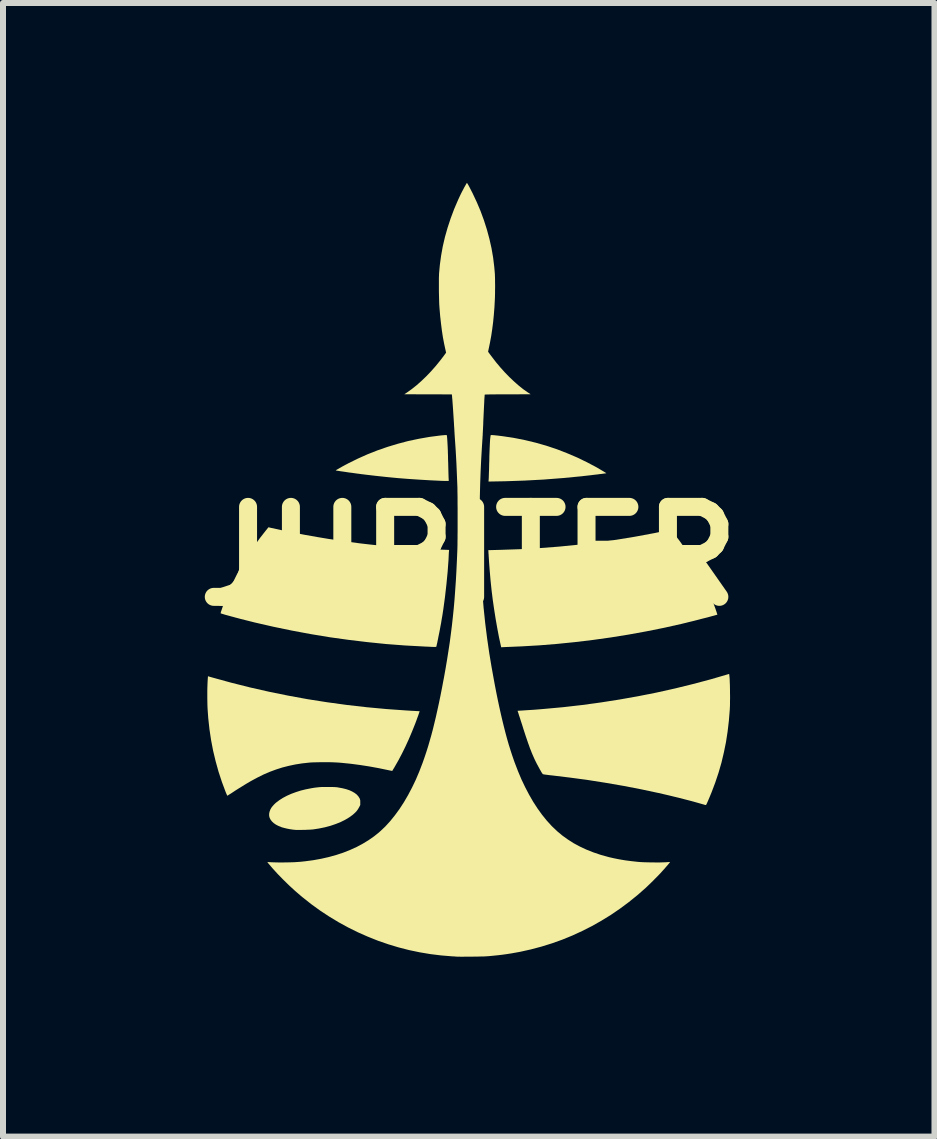
<source format=kicad_pcb>
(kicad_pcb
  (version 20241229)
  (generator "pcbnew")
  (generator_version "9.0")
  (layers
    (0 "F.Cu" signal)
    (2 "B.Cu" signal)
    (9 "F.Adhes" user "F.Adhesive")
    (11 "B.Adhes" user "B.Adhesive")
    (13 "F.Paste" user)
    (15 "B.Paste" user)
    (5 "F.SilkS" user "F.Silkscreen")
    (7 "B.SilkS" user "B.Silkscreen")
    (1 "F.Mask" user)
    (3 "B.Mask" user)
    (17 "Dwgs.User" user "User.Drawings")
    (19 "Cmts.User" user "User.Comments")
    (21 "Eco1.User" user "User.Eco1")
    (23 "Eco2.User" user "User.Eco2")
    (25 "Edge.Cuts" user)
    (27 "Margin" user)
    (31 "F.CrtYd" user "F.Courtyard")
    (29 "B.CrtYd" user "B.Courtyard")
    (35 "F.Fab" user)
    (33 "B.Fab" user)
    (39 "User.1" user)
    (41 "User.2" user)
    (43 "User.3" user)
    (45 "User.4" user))
  (footprint "JUPITER"
    (layer "F.Cu")
    (at 4.764 6.222)
    (property "Reference" "JUPITER" (at 0 0 0) (layer "F.SilkS") (effects (font (size 1.5 1.5) (thickness 0.3))))
    (attr board_only exclude_from_pos_files exclude_from_bom)
    (fp_poly (pts (xy 0.388 -2.019) (xy 0.406 -2.018) (xy 0.429 -2.016) (xy 0.456 -2.013) (xy 0.486 -2.01) (xy 0.517 -2.006) (xy 0.549 -2.002) (xy 0.58 -1.998) (xy 0.762 -1.97) (xy 0.942 -1.934) (xy 1.12 -1.891) (xy 1.295 -1.841) (xy 1.469 -1.783) (xy 1.639 -1.717) (xy 1.808 -1.645) (xy 1.973 -1.565) (xy 2.135 -1.479) (xy 2.223 -1.427) (xy 2.244 -1.415) (xy 2.263 -1.403) (xy 2.278 -1.394) (xy 2.289 -1.387) (xy 2.294 -1.383) (xy 2.295 -1.383) (xy 2.291 -1.382) (xy 2.28 -1.38) (xy 2.262 -1.378) (xy 2.24 -1.375) (xy 2.213 -1.371) (xy 2.182 -1.368) (xy 2.149 -1.363) (xy 2.113 -1.359) (xy 2.077 -1.355) (xy 2.04 -1.35) (xy 2.003 -1.346) (xy 1.968 -1.342) (xy 1.934 -1.338) (xy 1.904 -1.335) (xy 1.892 -1.333) (xy 1.568 -1.302) (xy 1.247 -1.277) (xy 0.928 -1.26) (xy 0.61 -1.249) (xy 0.499 -1.247) (xy 0.33 -1.244) (xy 0.332 -1.271) (xy 0.333 -1.282) (xy 0.334 -1.301) (xy 0.335 -1.326) (xy 0.336 -1.358) (xy 0.337 -1.395) (xy 0.339 -1.437) (xy 0.34 -1.484) (xy 0.341 -1.535) (xy 0.343 -1.59) (xy 0.344 -1.647) (xy 0.344 -1.664) (xy 0.346 -1.718) (xy 0.348 -1.77) (xy 0.35 -1.817) (xy 0.352 -1.862) (xy 0.354 -1.901) (xy 0.356 -1.936) (xy 0.359 -1.965) (xy 0.362 -1.989) (xy 0.364 -2.006) (xy 0.367 -2.016) (xy 0.369 -2.019) (xy 0.375 -2.019)) (stroke (width 0) (type solid)) (fill yes) (layer "F.SilkS"))
    (fp_poly (pts (xy -0.372 -2.019) (xy -0.368 -2.018) (xy -0.366 -2.017) (xy -0.364 -2.01) (xy -0.362 -1.996) (xy -0.36 -1.976) (xy -0.358 -1.95) (xy -0.356 -1.919) (xy -0.354 -1.884) (xy -0.352 -1.846) (xy -0.35 -1.804) (xy -0.348 -1.76) (xy -0.347 -1.715) (xy -0.345 -1.669) (xy -0.345 -1.641) (xy -0.344 -1.597) (xy -0.342 -1.552) (xy -0.341 -1.509) (xy -0.34 -1.467) (xy -0.339 -1.426) (xy -0.338 -1.389) (xy -0.337 -1.355) (xy -0.336 -1.325) (xy -0.335 -1.3) (xy -0.334 -1.281) (xy -0.333 -1.268) (xy -0.333 -1.262) (xy -0.332 -1.258) (xy -0.333 -1.256) (xy -0.337 -1.255) (xy -0.344 -1.254) (xy -0.357 -1.254) (xy -0.376 -1.254) (xy -0.38 -1.254) (xy -0.402 -1.254) (xy -0.425 -1.255) (xy -0.444 -1.255) (xy -0.457 -1.256) (xy -0.647 -1.265) (xy -0.831 -1.276) (xy -1.01 -1.288) (xy -1.187 -1.302) (xy -1.363 -1.319) (xy -1.541 -1.338) (xy -1.721 -1.359) (xy -1.75 -1.363) (xy -1.787 -1.367) (xy -1.828 -1.373) (xy -1.869 -1.378) (xy -1.911 -1.384) (xy -1.953 -1.39) (xy -1.995 -1.395) (xy -2.035 -1.401) (xy -2.073 -1.407) (xy -2.108 -1.412) (xy -2.139 -1.416) (xy -2.166 -1.421) (xy -2.188 -1.424) (xy -2.205 -1.427) (xy -2.215 -1.429) (xy -2.217 -1.43) (xy -2.215 -1.432) (xy -2.206 -1.438) (xy -2.192 -1.446) (xy -2.174 -1.456) (xy -2.152 -1.469) (xy -2.128 -1.482) (xy -2.103 -1.497) (xy -2.076 -1.511) (xy -2.049 -1.526) (xy -2.023 -1.539) (xy -2.013 -1.545) (xy -1.853 -1.624) (xy -1.69 -1.697) (xy -1.523 -1.763) (xy -1.353 -1.822) (xy -1.181 -1.874) (xy -1.007 -1.92) (xy -0.831 -1.957) (xy -0.655 -1.988) (xy -0.478 -2.011) (xy -0.439 -2.015) (xy -0.413 -2.017) (xy -0.394 -2.019) (xy -0.38 -2.019)) (stroke (width 0) (type solid)) (fill yes) (layer "F.SilkS"))
    (fp_poly (pts (xy -2.347 3.848) (xy -2.311 3.848) (xy -2.282 3.848) (xy -2.257 3.849) (xy -2.237 3.849) (xy -2.219 3.851) (xy -2.203 3.852) (xy -2.186 3.854) (xy -2.172 3.857) (xy -2.105 3.869) (xy -2.044 3.884) (xy -1.99 3.902) (xy -1.942 3.924) (xy -1.901 3.948) (xy -1.867 3.974) (xy -1.84 4.004) (xy -1.821 4.034) (xy -1.815 4.047) (xy -1.812 4.057) (xy -1.809 4.067) (xy -1.808 4.079) (xy -1.808 4.095) (xy -1.808 4.105) (xy -1.808 4.148) (xy -1.826 4.184) (xy -1.847 4.22) (xy -1.872 4.254) (xy -1.904 4.286) (xy -1.941 4.318) (xy -1.986 4.35) (xy -1.988 4.352) (xy -2.058 4.394) (xy -2.134 4.432) (xy -2.216 4.465) (xy -2.304 4.495) (xy -2.397 4.52) (xy -2.495 4.54) (xy -2.598 4.556) (xy -2.6 4.556) (xy -2.616 4.557) (xy -2.638 4.559) (xy -2.665 4.56) (xy -2.695 4.561) (xy -2.728 4.563) (xy -2.761 4.563) (xy -2.793 4.564) (xy -2.823 4.564) (xy -2.85 4.564) (xy -2.873 4.564) (xy -2.889 4.563) (xy -2.892 4.563) (xy -2.938 4.558) (xy -2.985 4.551) (xy -3.03 4.542) (xy -3.072 4.532) (xy -3.109 4.522) (xy -3.121 4.518) (xy -3.171 4.498) (xy -3.215 4.475) (xy -3.251 4.45) (xy -3.281 4.422) (xy -3.303 4.393) (xy -3.319 4.362) (xy -3.327 4.329) (xy -3.327 4.294) (xy -3.32 4.259) (xy -3.306 4.222) (xy -3.304 4.219) (xy -3.29 4.194) (xy -3.27 4.168) (xy -3.246 4.141) (xy -3.22 4.116) (xy -3.209 4.107) (xy -3.156 4.067) (xy -3.096 4.029) (xy -3.03 3.994) (xy -2.958 3.962) (xy -2.882 3.934) (xy -2.801 3.908) (xy -2.716 3.887) (xy -2.629 3.87) (xy -2.612 3.867) (xy -2.576 3.861) (xy -2.545 3.857) (xy -2.517 3.854) (xy -2.491 3.851) (xy -2.463 3.849) (xy -2.434 3.848) (xy -2.401 3.848) (xy -2.363 3.848)) (stroke (width 0) (type solid)) (fill yes) (layer "F.SilkS"))
    (fp_poly (pts (xy 3.372 -0.437) (xy 3.38 -0.429) (xy 3.391 -0.416) (xy 3.404 -0.401) (xy 3.418 -0.383) (xy 3.419 -0.382) (xy 3.525 -0.242) (xy 3.626 -0.097) (xy 3.721 0.052) (xy 3.811 0.206) (xy 3.894 0.363) (xy 3.97 0.522) (xy 4.04 0.683) (xy 4.081 0.788) (xy 4.091 0.816) (xy 4.102 0.845) (xy 4.112 0.873) (xy 4.121 0.899) (xy 4.129 0.923) (xy 4.136 0.944) (xy 4.141 0.96) (xy 4.144 0.97) (xy 4.145 0.975) (xy 4.145 0.975) (xy 4.14 0.977) (xy 4.128 0.98) (xy 4.11 0.985) (xy 4.087 0.992) (xy 4.059 0.999) (xy 4.026 1.008) (xy 3.99 1.018) (xy 3.951 1.028) (xy 3.91 1.038) (xy 3.867 1.049) (xy 3.823 1.061) (xy 3.779 1.072) (xy 3.736 1.083) (xy 3.694 1.093) (xy 3.653 1.103) (xy 3.615 1.113) (xy 3.58 1.121) (xy 3.549 1.129) (xy 3.548 1.129) (xy 3.258 1.194) (xy 2.964 1.253) (xy 2.667 1.307) (xy 2.369 1.355) (xy 2.069 1.397) (xy 1.769 1.433) (xy 1.47 1.463) (xy 1.173 1.487) (xy 0.878 1.504) (xy 0.689 1.512) (xy 0.663 1.513) (xy 0.636 1.514) (xy 0.611 1.515) (xy 0.59 1.516) (xy 0.583 1.516) (xy 0.542 1.519) (xy 0.535 1.49) (xy 0.504 1.348) (xy 0.476 1.2) (xy 0.449 1.046) (xy 0.424 0.888) (xy 0.401 0.728) (xy 0.381 0.566) (xy 0.364 0.403) (xy 0.35 0.241) (xy 0.338 0.081) (xy 0.337 0.058) (xy 0.335 0.029) (xy 0.333 0.001) (xy 0.332 -0.024) (xy 0.33 -0.046) (xy 0.329 -0.063) (xy 0.329 -0.07) (xy 0.327 -0.1) (xy 0.518 -0.105) (xy 0.85 -0.116) (xy 1.178 -0.134) (xy 1.503 -0.159) (xy 1.826 -0.191) (xy 2.146 -0.229) (xy 2.464 -0.274) (xy 2.781 -0.326) (xy 3.098 -0.385) (xy 3.253 -0.417) (xy 3.282 -0.423) (xy 3.308 -0.428) (xy 3.33 -0.433) (xy 3.349 -0.436) (xy 3.362 -0.439) (xy 3.368 -0.44) (xy 3.368 -0.44)) (stroke (width 0) (type solid)) (fill yes) (layer "F.SilkS"))
    (fp_poly (pts (xy -3.307 -0.474) (xy -3.119 -0.433) (xy -2.926 -0.393) (xy -2.729 -0.355) (xy -2.531 -0.32) (xy -2.333 -0.287) (xy -2.138 -0.257) (xy -1.985 -0.236) (xy -1.809 -0.213) (xy -1.635 -0.193) (xy -1.462 -0.175) (xy -1.288 -0.158) (xy -1.113 -0.144) (xy -0.935 -0.132) (xy -0.753 -0.122) (xy -0.566 -0.113) (xy -0.404 -0.107) (xy -0.327 -0.104) (xy -0.329 -0.088) (xy -0.329 -0.078) (xy -0.331 -0.062) (xy -0.332 -0.043) (xy -0.333 -0.022) (xy -0.333 -0.019) (xy -0.337 0.067) (xy -0.344 0.16) (xy -0.351 0.258) (xy -0.361 0.36) (xy -0.371 0.464) (xy -0.383 0.57) (xy -0.395 0.676) (xy -0.409 0.78) (xy -0.423 0.883) (xy -0.438 0.981) (xy -0.454 1.074) (xy -0.456 1.086) (xy -0.461 1.118) (xy -0.468 1.153) (xy -0.475 1.191) (xy -0.482 1.231) (xy -0.49 1.271) (xy -0.498 1.31) (xy -0.506 1.349) (xy -0.513 1.386) (xy -0.52 1.419) (xy -0.526 1.449) (xy -0.532 1.474) (xy -0.536 1.493) (xy -0.539 1.506) (xy -0.54 1.507) (xy -0.541 1.51) (xy -0.546 1.512) (xy -0.554 1.513) (xy -0.568 1.513) (xy -0.577 1.513) (xy -0.596 1.513) (xy -0.614 1.512) (xy -0.629 1.512) (xy -0.632 1.511) (xy -0.642 1.511) (xy -0.658 1.51) (xy -0.679 1.509) (xy -0.703 1.508) (xy -0.73 1.507) (xy -0.745 1.506) (xy -1.059 1.489) (xy -1.374 1.465) (xy -1.689 1.433) (xy -2.005 1.395) (xy -2.321 1.351) (xy -2.635 1.299) (xy -2.946 1.241) (xy -3.255 1.177) (xy -3.561 1.107) (xy -3.808 1.045) (xy -3.848 1.034) (xy -3.887 1.024) (xy -3.926 1.013) (xy -3.964 1.003) (xy -4 0.993) (xy -4.033 0.984) (xy -4.063 0.976) (xy -4.088 0.968) (xy -4.109 0.962) (xy -4.124 0.957) (xy -4.133 0.954) (xy -4.135 0.954) (xy -4.135 0.949) (xy -4.133 0.937) (xy -4.128 0.92) (xy -4.12 0.898) (xy -4.111 0.871) (xy -4.101 0.841) (xy -4.089 0.808) (xy -4.076 0.773) (xy -4.062 0.737) (xy -4.047 0.7) (xy -4.032 0.664) (xy -4.023 0.642) (xy -3.95 0.476) (xy -3.869 0.313) (xy -3.781 0.153) (xy -3.687 -0.003) (xy -3.586 -0.156) (xy -3.479 -0.304) (xy -3.382 -0.428) (xy -3.338 -0.482)) (stroke (width 0) (type solid)) (fill yes) (layer "F.SilkS"))
    (fp_poly (pts (xy -4.274 2.023) (xy -3.961 2.109) (xy -3.647 2.188) (xy -3.33 2.26) (xy -3.01 2.325) (xy -2.688 2.384) (xy -2.363 2.435) (xy -2.035 2.48) (xy -1.703 2.518) (xy -1.369 2.549) (xy -1.03 2.573) (xy -0.93 2.579) (xy -0.902 2.58) (xy -0.876 2.582) (xy -0.854 2.583) (xy -0.836 2.584) (xy -0.824 2.585) (xy -0.819 2.586) (xy -0.818 2.586) (xy -0.819 2.59) (xy -0.823 2.6) (xy -0.828 2.616) (xy -0.835 2.636) (xy -0.843 2.66) (xy -0.853 2.686) (xy -0.863 2.714) (xy -0.873 2.742) (xy -0.884 2.771) (xy -0.894 2.798) (xy -0.895 2.8) (xy -0.946 2.927) (xy -0.999 3.052) (xy -1.055 3.174) (xy -1.112 3.29) (xy -1.171 3.402) (xy -1.231 3.507) (xy -1.244 3.53) (xy -1.255 3.547) (xy -1.264 3.562) (xy -1.27 3.573) (xy -1.274 3.579) (xy -1.275 3.58) (xy -1.279 3.579) (xy -1.289 3.578) (xy -1.304 3.575) (xy -1.323 3.571) (xy -1.337 3.568) (xy -1.501 3.534) (xy -1.66 3.505) (xy -1.815 3.481) (xy -1.966 3.461) (xy -2.115 3.446) (xy -2.16 3.442) (xy -2.194 3.44) (xy -2.233 3.438) (xy -2.277 3.436) (xy -2.324 3.435) (xy -2.373 3.435) (xy -2.423 3.435) (xy -2.472 3.435) (xy -2.519 3.436) (xy -2.564 3.437) (xy -2.604 3.438) (xy -2.639 3.44) (xy -2.662 3.442) (xy -2.78 3.455) (xy -2.893 3.473) (xy -3.001 3.496) (xy -3.107 3.523) (xy -3.21 3.556) (xy -3.313 3.594) (xy -3.416 3.638) (xy -3.519 3.689) (xy -3.625 3.746) (xy -3.651 3.761) (xy -3.692 3.785) (xy -3.735 3.811) (xy -3.78 3.839) (xy -3.829 3.869) (xy -3.883 3.903) (xy -3.93 3.934) (xy -3.954 3.95) (xy -3.976 3.964) (xy -3.994 3.975) (xy -4.009 3.985) (xy -4.019 3.991) (xy -4.024 3.993) (xy -4.024 3.993) (xy -4.027 3.99) (xy -4.031 3.98) (xy -4.038 3.966) (xy -4.045 3.948) (xy -4.052 3.932) (xy -4.115 3.763) (xy -4.171 3.592) (xy -4.219 3.419) (xy -4.261 3.244) (xy -4.295 3.066) (xy -4.322 2.886) (xy -4.342 2.703) (xy -4.351 2.58) (xy -4.354 2.533) (xy -4.356 2.48) (xy -4.357 2.424) (xy -4.358 2.366) (xy -4.358 2.307) (xy -4.358 2.248) (xy -4.357 2.192) (xy -4.355 2.138) (xy -4.353 2.089) (xy -4.35 2.046) (xy -4.349 2.029) (xy -4.347 2.002)) (stroke (width 0) (type solid)) (fill yes) (layer "F.SilkS"))
    (fp_poly (pts (xy 4.344 1.979) (xy 4.346 1.999) (xy 4.349 2.026) (xy 4.351 2.058) (xy 4.352 2.096) (xy 4.354 2.138) (xy 4.355 2.182) (xy 4.356 2.229) (xy 4.356 2.278) (xy 4.357 2.326) (xy 4.357 2.374) (xy 4.356 2.421) (xy 4.356 2.465) (xy 4.355 2.505) (xy 4.353 2.541) (xy 4.352 2.563) (xy 4.337 2.746) (xy 4.316 2.925) (xy 4.289 3.1) (xy 4.254 3.272) (xy 4.214 3.441) (xy 4.166 3.607) (xy 4.111 3.772) (xy 4.05 3.934) (xy 4.014 4.021) (xy 4 4.054) (xy 3.988 4.082) (xy 3.979 4.103) (xy 3.971 4.12) (xy 3.966 4.132) (xy 3.961 4.14) (xy 3.958 4.145) (xy 3.955 4.148) (xy 3.952 4.149) (xy 3.951 4.149) (xy 3.945 4.148) (xy 3.933 4.145) (xy 3.917 4.14) (xy 3.898 4.135) (xy 3.892 4.133) (xy 3.825 4.114) (xy 3.751 4.093) (xy 3.672 4.072) (xy 3.59 4.051) (xy 3.505 4.029) (xy 3.418 4.008) (xy 3.332 3.987) (xy 3.246 3.967) (xy 3.164 3.948) (xy 3.158 3.947) (xy 2.876 3.887) (xy 2.587 3.831) (xy 2.293 3.78) (xy 1.995 3.733) (xy 1.692 3.692) (xy 1.387 3.655) (xy 1.366 3.653) (xy 1.333 3.649) (xy 1.303 3.645) (xy 1.277 3.642) (xy 1.257 3.639) (xy 1.243 3.636) (xy 1.236 3.634) (xy 1.235 3.634) (xy 1.23 3.627) (xy 1.221 3.614) (xy 1.21 3.597) (xy 1.198 3.575) (xy 1.184 3.551) (xy 1.17 3.525) (xy 1.156 3.499) (xy 1.142 3.473) (xy 1.129 3.449) (xy 1.129 3.448) (xy 1.112 3.414) (xy 1.096 3.381) (xy 1.081 3.347) (xy 1.066 3.313) (xy 1.051 3.278) (xy 1.037 3.241) (xy 1.021 3.202) (xy 1.006 3.159) (xy 0.989 3.113) (xy 0.972 3.062) (xy 0.953 3.007) (xy 0.933 2.946) (xy 0.911 2.878) (xy 0.888 2.804) (xy 0.886 2.798) (xy 0.874 2.762) (xy 0.863 2.727) (xy 0.853 2.695) (xy 0.843 2.666) (xy 0.835 2.641) (xy 0.829 2.621) (xy 0.824 2.607) (xy 0.822 2.599) (xy 0.814 2.578) (xy 0.863 2.575) (xy 0.897 2.573) (xy 0.938 2.57) (xy 0.983 2.567) (xy 1.031 2.564) (xy 1.081 2.561) (xy 1.132 2.557) (xy 1.182 2.553) (xy 1.229 2.549) (xy 1.253 2.547) (xy 1.57 2.518) (xy 1.886 2.482) (xy 2.201 2.439) (xy 2.514 2.39) (xy 2.824 2.335) (xy 3.132 2.274) (xy 3.437 2.206) (xy 3.738 2.132) (xy 4.035 2.053) (xy 4.285 1.98) (xy 4.342 1.963)) (stroke (width 0) (type solid)) (fill yes) (layer "F.SilkS"))
    (fp_poly (pts (xy -0.028 -6.22) (xy -0.022 -6.213) (xy -0.014 -6.2) (xy -0.003 -6.181) (xy 0.011 -6.155) (xy 0.027 -6.124) (xy 0.047 -6.085) (xy 0.064 -6.052) (xy 0.134 -5.903) (xy 0.198 -5.752) (xy 0.254 -5.599) (xy 0.303 -5.445) (xy 0.345 -5.29) (xy 0.38 -5.134) (xy 0.407 -4.978) (xy 0.426 -4.822) (xy 0.436 -4.708) (xy 0.437 -4.681) (xy 0.438 -4.649) (xy 0.439 -4.61) (xy 0.439 -4.569) (xy 0.44 -4.524) (xy 0.44 -4.478) (xy 0.439 -4.432) (xy 0.439 -4.387) (xy 0.438 -4.344) (xy 0.437 -4.305) (xy 0.436 -4.285) (xy 0.429 -4.151) (xy 0.419 -4.024) (xy 0.407 -3.902) (xy 0.392 -3.784) (xy 0.375 -3.67) (xy 0.354 -3.557) (xy 0.338 -3.48) (xy 0.323 -3.409) (xy 0.331 -3.397) (xy 0.336 -3.39) (xy 0.345 -3.378) (xy 0.357 -3.362) (xy 0.371 -3.343) (xy 0.386 -3.324) (xy 0.387 -3.322) (xy 0.457 -3.231) (xy 0.53 -3.144) (xy 0.604 -3.062) (xy 0.68 -2.984) (xy 0.756 -2.912) (xy 0.832 -2.845) (xy 0.907 -2.785) (xy 0.982 -2.732) (xy 0.99 -2.727) (xy 1.032 -2.699) (xy 0.65 -2.698) (xy 0.585 -2.698) (xy 0.526 -2.698) (xy 0.475 -2.698) (xy 0.431 -2.697) (xy 0.392 -2.697) (xy 0.36 -2.697) (xy 0.333 -2.696) (xy 0.311 -2.696) (xy 0.294 -2.695) (xy 0.282 -2.695) (xy 0.273 -2.694) (xy 0.268 -2.693) (xy 0.267 -2.692) (xy 0.266 -2.687) (xy 0.265 -2.675) (xy 0.264 -2.656) (xy 0.262 -2.632) (xy 0.26 -2.603) (xy 0.259 -2.57) (xy 0.257 -2.533) (xy 0.255 -2.494) (xy 0.253 -2.453) (xy 0.251 -2.411) (xy 0.249 -2.368) (xy 0.247 -2.325) (xy 0.245 -2.284) (xy 0.243 -2.244) (xy 0.243 -2.24) (xy 0.242 -2.201) (xy 0.24 -2.161) (xy 0.238 -2.12) (xy 0.236 -2.081) (xy 0.234 -2.045) (xy 0.233 -2.014) (xy 0.231 -1.993) (xy 0.23 -1.963) (xy 0.227 -1.929) (xy 0.225 -1.89) (xy 0.222 -1.851) (xy 0.22 -1.813) (xy 0.218 -1.783) (xy 0.207 -1.593) (xy 0.198 -1.399) (xy 0.191 -1.202) (xy 0.186 -1.003) (xy 0.183 -0.804) (xy 0.182 -0.605) (xy 0.183 -0.41) (xy 0.187 -0.218) (xy 0.192 -0.032) (xy 0.195 0.041) (xy 0.208 0.319) (xy 0.226 0.591) (xy 0.248 0.857) (xy 0.275 1.117) (xy 0.307 1.371) (xy 0.343 1.619) (xy 0.38 1.842) (xy 0.407 1.992) (xy 0.433 2.134) (xy 0.459 2.269) (xy 0.485 2.397) (xy 0.511 2.519) (xy 0.537 2.636) (xy 0.563 2.747) (xy 0.589 2.852) (xy 0.615 2.954) (xy 0.641 3.05) (xy 0.668 3.143) (xy 0.696 3.233) (xy 0.724 3.319) (xy 0.753 3.403) (xy 0.765 3.437) (xy 0.821 3.583) (xy 0.879 3.721) (xy 0.942 3.853) (xy 1.007 3.977) (xy 1.075 4.095) (xy 1.147 4.206) (xy 1.222 4.31) (xy 1.3 4.407) (xy 1.382 4.497) (xy 1.393 4.508) (xy 1.474 4.585) (xy 1.56 4.657) (xy 1.652 4.723) (xy 1.749 4.785) (xy 1.853 4.841) (xy 1.962 4.892) (xy 2.078 4.938) (xy 2.199 4.979) (xy 2.325 5.014) (xy 2.335 5.017) (xy 2.423 5.037) (xy 2.514 5.055) (xy 2.609 5.071) (xy 2.709 5.084) (xy 2.816 5.096) (xy 2.851 5.099) (xy 2.874 5.1) (xy 2.903 5.102) (xy 2.937 5.103) (xy 2.976 5.104) (xy 3.017 5.105) (xy 3.06 5.105) (xy 3.103 5.106) (xy 3.145 5.106) (xy 3.185 5.106) (xy 3.221 5.105) (xy 3.253 5.104) (xy 3.279 5.103) (xy 3.287 5.103) (xy 3.309 5.101) (xy 3.329 5.1) (xy 3.344 5.1) (xy 3.354 5.099) (xy 3.357 5.1) (xy 3.355 5.103) (xy 3.349 5.111) (xy 3.338 5.124) (xy 3.325 5.14) (xy 3.309 5.159) (xy 3.29 5.18) (xy 3.271 5.203) (xy 3.25 5.226) (xy 3.23 5.248) (xy 3.221 5.258) (xy 3.198 5.284) (xy 3.17 5.313) (xy 3.138 5.346) (xy 3.105 5.379) (xy 3.071 5.414) (xy 3.037 5.447) (xy 3.005 5.478) (xy 2.976 5.506) (xy 2.953 5.528) (xy 2.813 5.651) (xy 2.668 5.768) (xy 2.52 5.878) (xy 2.369 5.981) (xy 2.213 6.077) (xy 2.054 6.167) (xy 1.892 6.249) (xy 1.727 6.325) (xy 1.558 6.394) (xy 1.387 6.455) (xy 1.213 6.509) (xy 1.036 6.556) (xy 0.857 6.596) (xy 0.713 6.622) (xy 0.642 6.633) (xy 0.571 6.643) (xy 0.497 6.652) (xy 0.419 6.66) (xy 0.337 6.668) (xy 0.29 6.671) (xy 0.277 6.672) (xy 0.257 6.673) (xy 0.231 6.674) (xy 0.201 6.674) (xy 0.166 6.675) (xy 0.129 6.676) (xy 0.09 6.676) (xy 0.05 6.677) (xy 0.01 6.677) (xy -0.029 6.677) (xy -0.066 6.677) (xy -0.1 6.678) (xy -0.131 6.678) (xy -0.156 6.677) (xy -0.176 6.677) (xy -0.19 6.677) (xy -0.191 6.677) (xy -0.202 6.676) (xy -0.219 6.675) (xy -0.24 6.673) (xy -0.264 6.672) (xy -0.28 6.671) (xy -0.461 6.656) (xy -0.64 6.634) (xy -0.818 6.604) (xy -0.995 6.567) (xy -1.17 6.522) (xy -1.342 6.47) (xy -1.513 6.411) (xy -1.681 6.344) (xy -1.846 6.271) (xy -2.008 6.191) (xy -2.167 6.104) (xy -2.323 6.01) (xy -2.475 5.91) (xy -2.623 5.803) (xy -2.767 5.689) (xy -2.795 5.666) (xy -2.895 5.58) (xy -2.994 5.489) (xy -3.091 5.394) (xy -3.185 5.298) (xy -3.273 5.201) (xy -3.317 5.149) (xy -3.331 5.133) (xy -3.343 5.119) (xy -3.351 5.108) (xy -3.356 5.101) (xy -3.357 5.1) (xy -3.353 5.099) (xy -3.343 5.1) (xy -3.327 5.101) (xy -3.307 5.102) (xy -3.287 5.103) (xy -3.258 5.104) (xy -3.222 5.105) (xy -3.178 5.106) (xy -3.129 5.106) (xy -3.075 5.106) (xy -3.06 5.105) (xy -3.013 5.105) (xy -2.973 5.104) (xy -2.937 5.103) (xy -2.905 5.102) (xy -2.876 5.1) (xy -2.847 5.098) (xy -2.817 5.096) (xy -2.785 5.093) (xy -2.75 5.089) (xy -2.73 5.087) (xy -2.594 5.069) (xy -2.461 5.045) (xy -2.333 5.016) (xy -2.21 4.982) (xy -2.092 4.943) (xy -1.978 4.898) (xy -1.87 4.849) (xy -1.767 4.794) (xy -1.67 4.735) (xy -1.578 4.671) (xy -1.492 4.602) (xy -1.413 4.528) (xy -1.389 4.505) (xy -1.307 4.415) (xy -1.229 4.318) (xy -1.153 4.214) (xy -1.081 4.103) (xy -1.012 3.985) (xy -0.946 3.86) (xy -0.883 3.729) (xy -0.824 3.59) (xy -0.768 3.444) (xy -0.734 3.347) (xy -0.706 3.263) (xy -0.678 3.175) (xy -0.652 3.085) (xy -0.625 2.991) (xy -0.599 2.893) (xy -0.574 2.791) (xy -0.548 2.683) (xy -0.523 2.571) (xy -0.497 2.452) (xy -0.471 2.327) (xy -0.445 2.195) (xy -0.419 2.056) (xy -0.414 2.032) (xy -0.387 1.881) (xy -0.362 1.733) (xy -0.339 1.587) (xy -0.317 1.444) (xy -0.298 1.3) (xy -0.28 1.157) (xy -0.264 1.012) (xy -0.249 0.866) (xy -0.236 0.717) (xy -0.225 0.564) (xy -0.214 0.407) (xy -0.205 0.245) (xy -0.197 0.077) (xy -0.19 -0.09) (xy -0.189 -0.119) (xy -0.188 -0.155) (xy -0.187 -0.197) (xy -0.187 -0.245) (xy -0.186 -0.298) (xy -0.186 -0.354) (xy -0.185 -0.415) (xy -0.185 -0.477) (xy -0.185 -0.542) (xy -0.185 -0.607) (xy -0.185 -0.673) (xy -0.185 -0.739) (xy -0.185 -0.803) (xy -0.186 -0.866) (xy -0.186 -0.926) (xy -0.186 -0.982) (xy -0.187 -1.034) (xy -0.188 -1.082) (xy -0.188 -1.124) (xy -0.189 -1.159) (xy -0.19 -1.183) (xy -0.195 -1.311) (xy -0.2 -1.431) (xy -0.205 -1.546) (xy -0.211 -1.657) (xy -0.217 -1.763) (xy -0.224 -1.867) (xy -0.23 -1.952) (xy -0.232 -1.982) (xy -0.234 -2.013) (xy -0.236 -2.042) (xy -0.237 -2.068) (xy -0.239 -2.088) (xy -0.239 -2.1) (xy -0.241 -2.135) (xy -0.244 -2.173) (xy -0.246 -2.216) (xy -0.249 -2.26) (xy -0.252 -2.306) (xy -0.255 -2.353) (xy -0.258 -2.399) (xy -0.261 -2.445) (xy -0.264 -2.489) (xy -0.267 -2.53) (xy -0.27 -2.569) (xy -0.272 -2.603) (xy -0.275 -2.632) (xy -0.277 -2.655) (xy -0.278 -2.672) (xy -0.279 -2.677) (xy -0.281 -2.697) (xy -0.677 -2.698) (xy -1.074 -2.699) (xy -1.024 -2.732) (xy -0.946 -2.788) (xy -0.867 -2.851) (xy -0.788 -2.921) (xy -0.709 -2.997) (xy -0.631 -3.078) (xy -0.554 -3.165) (xy -0.479 -3.257) (xy -0.425 -3.327) (xy -0.411 -3.346) (xy -0.398 -3.364) (xy -0.388 -3.378) (xy -0.381 -3.388) (xy -0.378 -3.393) (xy -0.378 -3.394) (xy -0.378 -3.399) (xy -0.381 -3.409) (xy -0.384 -3.425) (xy -0.388 -3.443) (xy -0.389 -3.445) (xy -0.41 -3.543) (xy -0.43 -3.648) (xy -0.447 -3.76) (xy -0.462 -3.879) (xy -0.476 -4.005) (xy -0.487 -4.137) (xy -0.491 -4.194) (xy -0.492 -4.219) (xy -0.493 -4.251) (xy -0.494 -4.288) (xy -0.495 -4.329) (xy -0.496 -4.372) (xy -0.497 -4.418) (xy -0.497 -4.464) (xy -0.497 -4.509) (xy -0.497 -4.553) (xy -0.497 -4.594) (xy -0.497 -4.632) (xy -0.496 -4.664) (xy -0.495 -4.691) (xy -0.495 -4.704) (xy -0.481 -4.857) (xy -0.46 -5.011) (xy -0.432 -5.166) (xy -0.396 -5.321) (xy -0.352 -5.476) (xy -0.301 -5.631) (xy -0.243 -5.786) (xy -0.177 -5.94) (xy -0.155 -5.987) (xy -0.144 -6.011) (xy -0.132 -6.036) (xy -0.12 -6.06) (xy -0.11 -6.08) (xy -0.104 -6.091) (xy -0.087 -6.123) (xy -0.072 -6.152) (xy -0.058 -6.176) (xy -0.047 -6.196) (xy -0.038 -6.211) (xy -0.033 -6.219) (xy -0.031 -6.222)) (stroke (width 0) (type solid)) (fill yes) (layer "F.SilkS")))
  (gr_rect
    (start -3 -3)
    (end 12.529 15.899)
    (stroke (width 0.1) (type default))
    (fill no)
    (layer "Edge.Cuts")))
</source>
